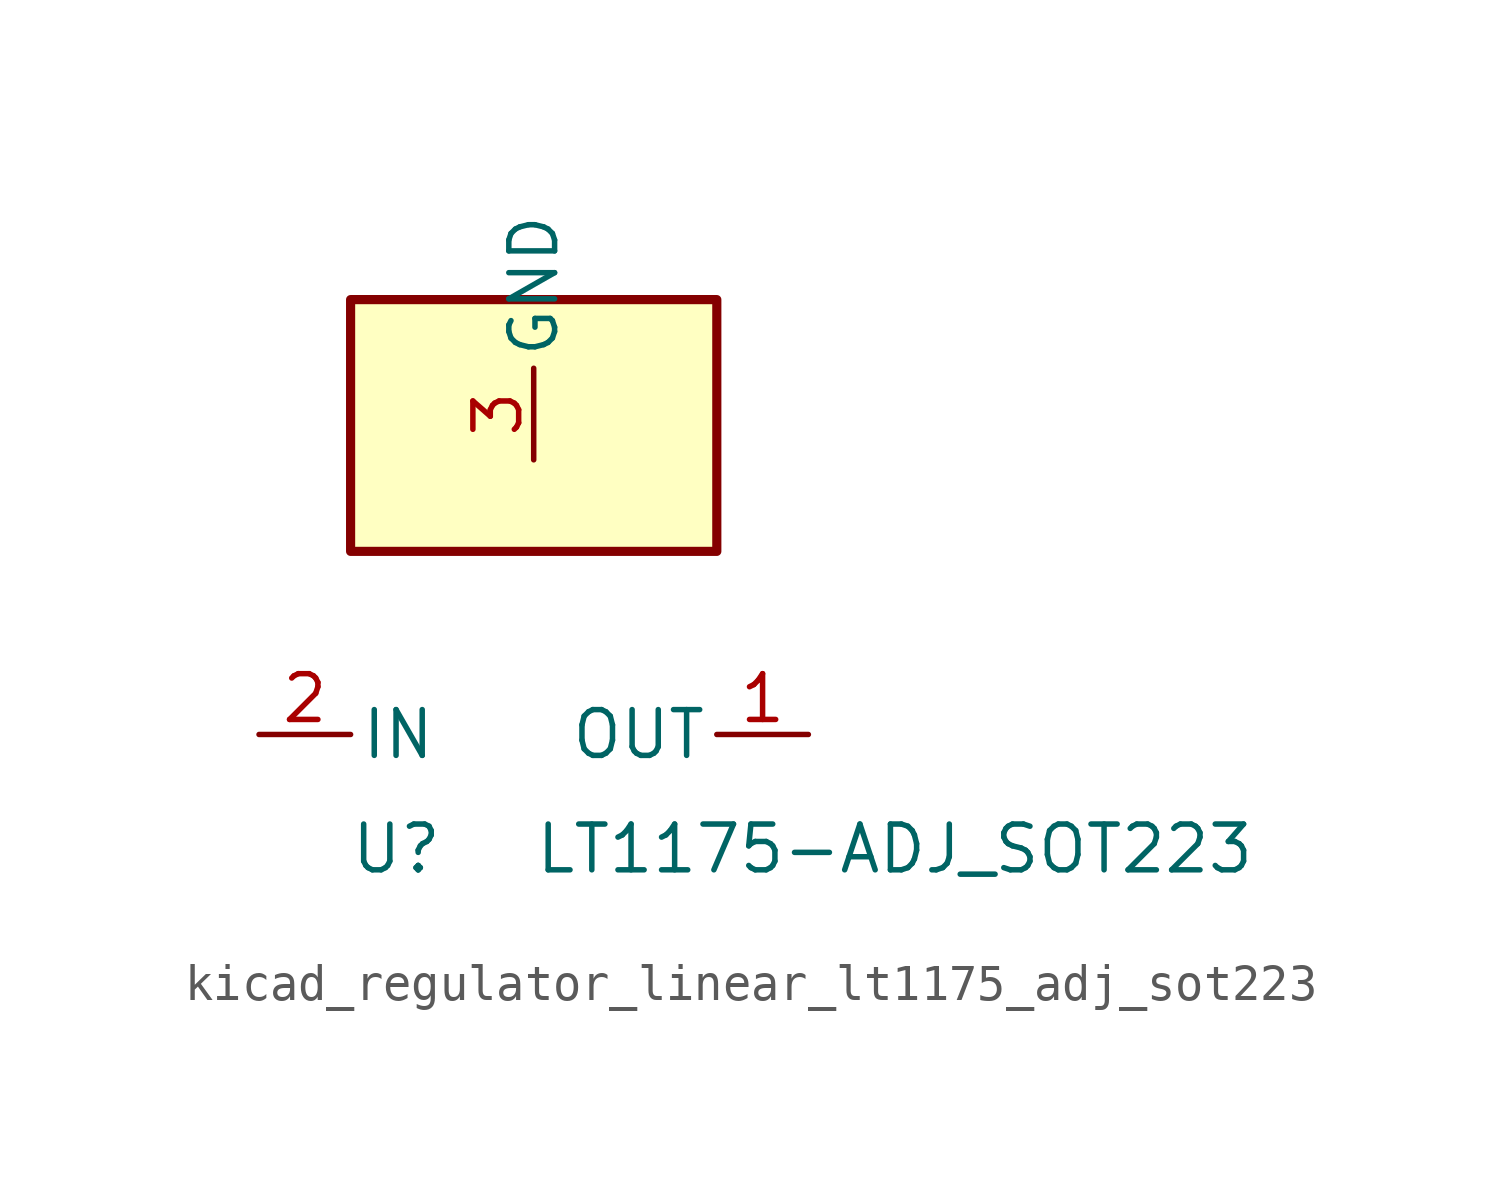
<source format=kicad_sym>
(kicad_symbol_lib
  (version 20220914)
  (generator kicad_symbol_editor)
  (symbol "kicad_regulator_linear_lt1175_adj_sot223"
    (pin_names
      (offset 0.254))
    (property "Reference" "U"
      (at -3.81 -3.175 0)
      (effects (font (size 1.27 1.27))))
    (property "Value" "LT1175-ADJ_SOT223"
      (at 0 -3.175 0)
      (effects (font (size 1.27 1.27)) (justify left)))
    (symbol "kicad_regulator_linear_lt1175_adj_sot223_0_1"
      (rectangle (start 5.08 12.065) (end -5.08 5.08) (stroke (width 0.254) (type default)) (fill (type background))))
    (symbol "kicad_regulator_linear_lt1175_adj_sot223_1_1"
      (pin power_out line (at 7.62 0 180) (length 2.54) (name "OUT" (effects (font (size 1.27 1.27)))) (number "1" (effects (font (size 1.27 1.27)))))
      (pin power_in line (at -7.62 0 0) (length 2.54) (name "IN" (effects (font (size 1.27 1.27)))) (number "2" (effects (font (size 1.27 1.27)))))
      (pin power_in line (at 0 7.62 90) (length 2.54) (name "GND" (effects (font (size 1.27 1.27)))) (number "3" (effects (font (size 1.27 1.27))))))))
</source>
